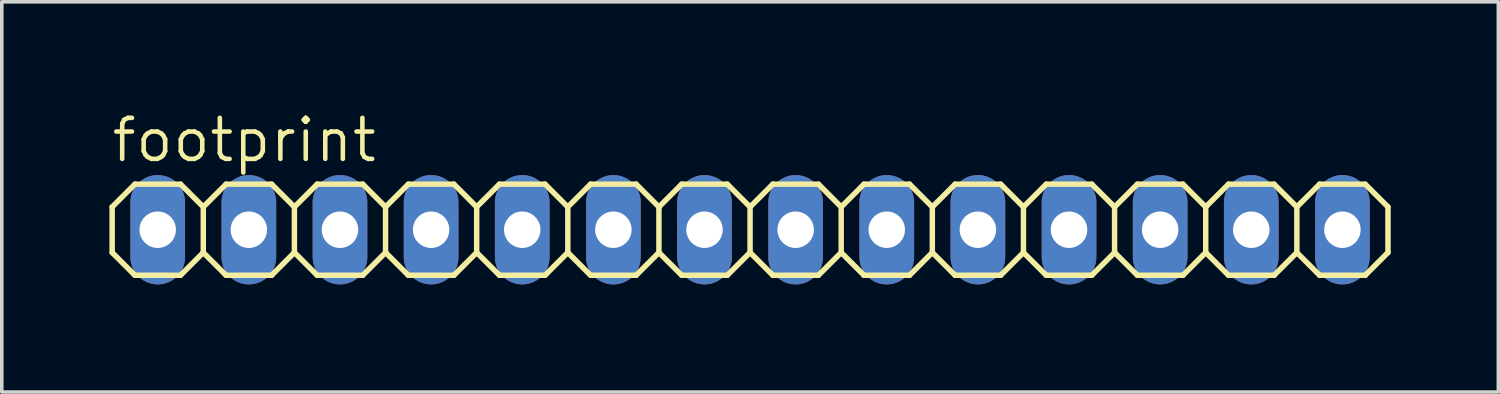
<source format=kicad_pcb>
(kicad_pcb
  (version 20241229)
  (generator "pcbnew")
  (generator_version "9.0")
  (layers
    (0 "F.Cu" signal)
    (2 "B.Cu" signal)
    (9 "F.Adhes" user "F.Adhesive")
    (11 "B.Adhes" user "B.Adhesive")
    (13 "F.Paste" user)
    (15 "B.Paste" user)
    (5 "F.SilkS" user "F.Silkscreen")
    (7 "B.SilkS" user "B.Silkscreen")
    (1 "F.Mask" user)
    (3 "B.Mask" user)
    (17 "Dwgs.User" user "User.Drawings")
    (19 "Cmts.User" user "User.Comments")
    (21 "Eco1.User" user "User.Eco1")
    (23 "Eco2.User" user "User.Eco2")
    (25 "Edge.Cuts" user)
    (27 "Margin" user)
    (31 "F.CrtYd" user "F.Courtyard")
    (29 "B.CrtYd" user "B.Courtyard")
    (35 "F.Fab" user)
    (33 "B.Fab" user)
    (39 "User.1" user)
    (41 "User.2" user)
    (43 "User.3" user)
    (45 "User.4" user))
  (footprint "footprint"
    (layer "F.Cu")
    (at 17.856 3.353)
    (property "Reference" "footprint" (at -17.856 -1.829 0) (layer "F.SilkS") (effects (font (size 1.143 1.143) (thickness 0.127)) (justify left bottom)))
    (fp_line (start -17.78 -0.635) (end -17.78 0.635) (stroke (width 0.152) (type solid)) (layer "F.SilkS"))
    (fp_line (start -17.78 0.635) (end -17.145 1.27) (stroke (width 0.152) (type solid)) (layer "F.SilkS"))
    (fp_line (start -17.145 -1.27) (end -17.78 -0.635) (stroke (width 0.152) (type solid)) (layer "F.SilkS"))
    (fp_line (start -17.145 -1.27) (end -15.875 -1.27) (stroke (width 0.152) (type solid)) (layer "F.SilkS"))
    (fp_line (start -15.875 -1.27) (end -15.24 -0.635) (stroke (width 0.152) (type solid)) (layer "F.SilkS"))
    (fp_line (start -15.875 1.27) (end -17.145 1.27) (stroke (width 0.152) (type solid)) (layer "F.SilkS"))
    (fp_line (start -15.24 -0.635) (end -15.24 0.635) (stroke (width 0.152) (type solid)) (layer "F.SilkS"))
    (fp_line (start -15.24 -0.635) (end -14.605 -1.27) (stroke (width 0.152) (type solid)) (layer "F.SilkS"))
    (fp_line (start -15.24 0.635) (end -15.875 1.27) (stroke (width 0.152) (type solid)) (layer "F.SilkS"))
    (fp_line (start -14.605 -1.27) (end -13.335 -1.27) (stroke (width 0.152) (type solid)) (layer "F.SilkS"))
    (fp_line (start -14.605 1.27) (end -15.24 0.635) (stroke (width 0.152) (type solid)) (layer "F.SilkS"))
    (fp_line (start -13.335 -1.27) (end -12.7 -0.635) (stroke (width 0.152) (type solid)) (layer "F.SilkS"))
    (fp_line (start -13.335 1.27) (end -14.605 1.27) (stroke (width 0.152) (type solid)) (layer "F.SilkS"))
    (fp_line (start -12.7 -0.635) (end -12.7 0.635) (stroke (width 0.152) (type solid)) (layer "F.SilkS"))
    (fp_line (start -12.7 -0.635) (end -12.065 -1.27) (stroke (width 0.152) (type solid)) (layer "F.SilkS"))
    (fp_line (start -12.7 0.635) (end -13.335 1.27) (stroke (width 0.152) (type solid)) (layer "F.SilkS"))
    (fp_line (start -12.065 -1.27) (end -10.795 -1.27) (stroke (width 0.152) (type solid)) (layer "F.SilkS"))
    (fp_line (start -12.065 1.27) (end -12.7 0.635) (stroke (width 0.152) (type solid)) (layer "F.SilkS"))
    (fp_line (start -10.795 -1.27) (end -10.16 -0.635) (stroke (width 0.152) (type solid)) (layer "F.SilkS"))
    (fp_line (start -10.795 1.27) (end -12.065 1.27) (stroke (width 0.152) (type solid)) (layer "F.SilkS"))
    (fp_line (start -10.16 -0.635) (end -10.16 0.635) (stroke (width 0.152) (type solid)) (layer "F.SilkS"))
    (fp_line (start -10.16 0.635) (end -10.795 1.27) (stroke (width 0.152) (type solid)) (layer "F.SilkS"))
    (fp_line (start -10.16 0.635) (end -9.525 1.27) (stroke (width 0.152) (type solid)) (layer "F.SilkS"))
    (fp_line (start -9.525 -1.27) (end -10.16 -0.635) (stroke (width 0.152) (type solid)) (layer "F.SilkS"))
    (fp_line (start -9.525 -1.27) (end -8.255 -1.27) (stroke (width 0.152) (type solid)) (layer "F.SilkS"))
    (fp_line (start -8.255 -1.27) (end -7.62 -0.635) (stroke (width 0.152) (type solid)) (layer "F.SilkS"))
    (fp_line (start -8.255 1.27) (end -9.525 1.27) (stroke (width 0.152) (type solid)) (layer "F.SilkS"))
    (fp_line (start -7.62 -0.635) (end -7.62 0.635) (stroke (width 0.152) (type solid)) (layer "F.SilkS"))
    (fp_line (start -7.62 -0.635) (end -6.985 -1.27) (stroke (width 0.152) (type solid)) (layer "F.SilkS"))
    (fp_line (start -7.62 0.635) (end -8.255 1.27) (stroke (width 0.152) (type solid)) (layer "F.SilkS"))
    (fp_line (start -6.985 -1.27) (end -5.715 -1.27) (stroke (width 0.152) (type solid)) (layer "F.SilkS"))
    (fp_line (start -6.985 1.27) (end -7.62 0.635) (stroke (width 0.152) (type solid)) (layer "F.SilkS"))
    (fp_line (start -5.715 -1.27) (end -5.08 -0.635) (stroke (width 0.152) (type solid)) (layer "F.SilkS"))
    (fp_line (start -5.715 1.27) (end -6.985 1.27) (stroke (width 0.152) (type solid)) (layer "F.SilkS"))
    (fp_line (start -5.08 -0.635) (end -5.08 0.635) (stroke (width 0.152) (type solid)) (layer "F.SilkS"))
    (fp_line (start -5.08 -0.635) (end -4.445 -1.27) (stroke (width 0.152) (type solid)) (layer "F.SilkS"))
    (fp_line (start -5.08 0.635) (end -5.715 1.27) (stroke (width 0.152) (type solid)) (layer "F.SilkS"))
    (fp_line (start -4.445 -1.27) (end -3.175 -1.27) (stroke (width 0.152) (type solid)) (layer "F.SilkS"))
    (fp_line (start -4.445 1.27) (end -5.08 0.635) (stroke (width 0.152) (type solid)) (layer "F.SilkS"))
    (fp_line (start -3.175 -1.27) (end -2.54 -0.635) (stroke (width 0.152) (type solid)) (layer "F.SilkS"))
    (fp_line (start -3.175 1.27) (end -4.445 1.27) (stroke (width 0.152) (type solid)) (layer "F.SilkS"))
    (fp_line (start -2.54 -0.635) (end -2.54 0.635) (stroke (width 0.152) (type solid)) (layer "F.SilkS"))
    (fp_line (start -2.54 0.635) (end -3.175 1.27) (stroke (width 0.152) (type solid)) (layer "F.SilkS"))
    (fp_line (start -2.54 0.635) (end -1.905 1.27) (stroke (width 0.152) (type solid)) (layer "F.SilkS"))
    (fp_line (start -1.905 -1.27) (end -2.54 -0.635) (stroke (width 0.152) (type solid)) (layer "F.SilkS"))
    (fp_line (start -1.905 -1.27) (end -0.635 -1.27) (stroke (width 0.152) (type solid)) (layer "F.SilkS"))
    (fp_line (start -0.635 -1.27) (end 0 -0.635) (stroke (width 0.152) (type solid)) (layer "F.SilkS"))
    (fp_line (start -0.635 1.27) (end -1.905 1.27) (stroke (width 0.152) (type solid)) (layer "F.SilkS"))
    (fp_line (start 0 -0.635) (end 0 0.635) (stroke (width 0.152) (type solid)) (layer "F.SilkS"))
    (fp_line (start 0 -0.635) (end 0.635 -1.27) (stroke (width 0.152) (type solid)) (layer "F.SilkS"))
    (fp_line (start 0 0.635) (end -0.635 1.27) (stroke (width 0.152) (type solid)) (layer "F.SilkS"))
    (fp_line (start 0.635 -1.27) (end 1.905 -1.27) (stroke (width 0.152) (type solid)) (layer "F.SilkS"))
    (fp_line (start 0.635 1.27) (end 0 0.635) (stroke (width 0.152) (type solid)) (layer "F.SilkS"))
    (fp_line (start 1.905 -1.27) (end 2.54 -0.635) (stroke (width 0.152) (type solid)) (layer "F.SilkS"))
    (fp_line (start 1.905 1.27) (end 0.635 1.27) (stroke (width 0.152) (type solid)) (layer "F.SilkS"))
    (fp_line (start 2.54 -0.635) (end 2.54 0.635) (stroke (width 0.152) (type solid)) (layer "F.SilkS"))
    (fp_line (start 2.54 -0.635) (end 3.175 -1.27) (stroke (width 0.152) (type solid)) (layer "F.SilkS"))
    (fp_line (start 2.54 0.635) (end 1.905 1.27) (stroke (width 0.152) (type solid)) (layer "F.SilkS"))
    (fp_line (start 3.175 -1.27) (end 4.445 -1.27) (stroke (width 0.152) (type solid)) (layer "F.SilkS"))
    (fp_line (start 3.175 1.27) (end 2.54 0.635) (stroke (width 0.152) (type solid)) (layer "F.SilkS"))
    (fp_line (start 4.445 -1.27) (end 5.08 -0.635) (stroke (width 0.152) (type solid)) (layer "F.SilkS"))
    (fp_line (start 4.445 1.27) (end 3.175 1.27) (stroke (width 0.152) (type solid)) (layer "F.SilkS"))
    (fp_line (start 5.08 -0.635) (end 5.08 0.635) (stroke (width 0.152) (type solid)) (layer "F.SilkS"))
    (fp_line (start 5.08 0.635) (end 4.445 1.27) (stroke (width 0.152) (type solid)) (layer "F.SilkS"))
    (fp_line (start 5.08 0.635) (end 5.715 1.27) (stroke (width 0.152) (type solid)) (layer "F.SilkS"))
    (fp_line (start 5.715 -1.27) (end 5.08 -0.635) (stroke (width 0.152) (type solid)) (layer "F.SilkS"))
    (fp_line (start 5.715 -1.27) (end 6.985 -1.27) (stroke (width 0.152) (type solid)) (layer "F.SilkS"))
    (fp_line (start 6.985 -1.27) (end 7.62 -0.635) (stroke (width 0.152) (type solid)) (layer "F.SilkS"))
    (fp_line (start 6.985 1.27) (end 5.715 1.27) (stroke (width 0.152) (type solid)) (layer "F.SilkS"))
    (fp_line (start 7.62 -0.635) (end 7.62 0.635) (stroke (width 0.152) (type solid)) (layer "F.SilkS"))
    (fp_line (start 7.62 -0.635) (end 8.255 -1.27) (stroke (width 0.152) (type solid)) (layer "F.SilkS"))
    (fp_line (start 7.62 0.635) (end 6.985 1.27) (stroke (width 0.152) (type solid)) (layer "F.SilkS"))
    (fp_line (start 8.255 -1.27) (end 9.525 -1.27) (stroke (width 0.152) (type solid)) (layer "F.SilkS"))
    (fp_line (start 8.255 1.27) (end 7.62 0.635) (stroke (width 0.152) (type solid)) (layer "F.SilkS"))
    (fp_line (start 9.525 -1.27) (end 10.16 -0.635) (stroke (width 0.152) (type solid)) (layer "F.SilkS"))
    (fp_line (start 9.525 1.27) (end 8.255 1.27) (stroke (width 0.152) (type solid)) (layer "F.SilkS"))
    (fp_line (start 10.16 -0.635) (end 10.16 0.635) (stroke (width 0.152) (type solid)) (layer "F.SilkS"))
    (fp_line (start 10.16 -0.635) (end 10.795 -1.27) (stroke (width 0.152) (type solid)) (layer "F.SilkS"))
    (fp_line (start 10.16 0.635) (end 9.525 1.27) (stroke (width 0.152) (type solid)) (layer "F.SilkS"))
    (fp_line (start 10.795 -1.27) (end 12.065 -1.27) (stroke (width 0.152) (type solid)) (layer "F.SilkS"))
    (fp_line (start 10.795 1.27) (end 10.16 0.635) (stroke (width 0.152) (type solid)) (layer "F.SilkS"))
    (fp_line (start 12.065 -1.27) (end 12.7 -0.635) (stroke (width 0.152) (type solid)) (layer "F.SilkS"))
    (fp_line (start 12.065 1.27) (end 10.795 1.27) (stroke (width 0.152) (type solid)) (layer "F.SilkS"))
    (fp_line (start 12.7 -0.635) (end 12.7 0.635) (stroke (width 0.152) (type solid)) (layer "F.SilkS"))
    (fp_line (start 12.7 0.635) (end 12.065 1.27) (stroke (width 0.152) (type solid)) (layer "F.SilkS"))
    (fp_line (start 12.7 0.635) (end 13.335 1.27) (stroke (width 0.152) (type solid)) (layer "F.SilkS"))
    (fp_line (start 13.335 -1.27) (end 12.7 -0.635) (stroke (width 0.152) (type solid)) (layer "F.SilkS"))
    (fp_line (start 13.335 -1.27) (end 14.605 -1.27) (stroke (width 0.152) (type solid)) (layer "F.SilkS"))
    (fp_line (start 14.605 -1.27) (end 15.24 -0.635) (stroke (width 0.152) (type solid)) (layer "F.SilkS"))
    (fp_line (start 14.605 1.27) (end 13.335 1.27) (stroke (width 0.152) (type solid)) (layer "F.SilkS"))
    (fp_line (start 15.24 -0.635) (end 15.24 0.635) (stroke (width 0.152) (type solid)) (layer "F.SilkS"))
    (fp_line (start 15.24 -0.635) (end 15.875 -1.27) (stroke (width 0.152) (type solid)) (layer "F.SilkS"))
    (fp_line (start 15.24 0.635) (end 14.605 1.27) (stroke (width 0.152) (type solid)) (layer "F.SilkS"))
    (fp_line (start 15.875 -1.27) (end 17.145 -1.27) (stroke (width 0.152) (type solid)) (layer "F.SilkS"))
    (fp_line (start 15.875 1.27) (end 15.24 0.635) (stroke (width 0.152) (type solid)) (layer "F.SilkS"))
    (fp_line (start 17.145 -1.27) (end 17.78 -0.635) (stroke (width 0.152) (type solid)) (layer "F.SilkS"))
    (fp_line (start 17.145 1.27) (end 15.875 1.27) (stroke (width 0.152) (type solid)) (layer "F.SilkS"))
    (fp_line (start 17.78 -0.635) (end 17.78 0.635) (stroke (width 0.152) (type solid)) (layer "F.SilkS"))
    (fp_line (start 17.78 0.635) (end 17.145 1.27) (stroke (width 0.152) (type solid)) (layer "F.SilkS"))
    (fp_poly (pts (xy -16.764 0.254) (xy -16.256 0.254) (xy -16.256 -0.254) (xy -16.764 -0.254)) (stroke (width 0.1) (type solid)) (fill no) (layer "F.Fab"))
    (fp_poly (pts (xy -14.224 0.254) (xy -13.716 0.254) (xy -13.716 -0.254) (xy -14.224 -0.254)) (stroke (width 0.1) (type solid)) (fill no) (layer "F.Fab"))
    (fp_poly (pts (xy -11.684 0.254) (xy -11.176 0.254) (xy -11.176 -0.254) (xy -11.684 -0.254)) (stroke (width 0.1) (type solid)) (fill no) (layer "F.Fab"))
    (fp_poly (pts (xy -9.144 0.254) (xy -8.636 0.254) (xy -8.636 -0.254) (xy -9.144 -0.254)) (stroke (width 0.1) (type solid)) (fill no) (layer "F.Fab"))
    (fp_poly (pts (xy -6.604 0.254) (xy -6.096 0.254) (xy -6.096 -0.254) (xy -6.604 -0.254)) (stroke (width 0.1) (type solid)) (fill no) (layer "F.Fab"))
    (fp_poly (pts (xy -4.064 0.254) (xy -3.556 0.254) (xy -3.556 -0.254) (xy -4.064 -0.254)) (stroke (width 0.1) (type solid)) (fill no) (layer "F.Fab"))
    (fp_poly (pts (xy -1.524 0.254) (xy -1.016 0.254) (xy -1.016 -0.254) (xy -1.524 -0.254)) (stroke (width 0.1) (type solid)) (fill no) (layer "F.Fab"))
    (fp_poly (pts (xy 1.016 0.254) (xy 1.524 0.254) (xy 1.524 -0.254) (xy 1.016 -0.254)) (stroke (width 0.1) (type solid)) (fill no) (layer "F.Fab"))
    (fp_poly (pts (xy 3.556 0.254) (xy 4.064 0.254) (xy 4.064 -0.254) (xy 3.556 -0.254)) (stroke (width 0.1) (type solid)) (fill no) (layer "F.Fab"))
    (fp_poly (pts (xy 6.096 0.254) (xy 6.604 0.254) (xy 6.604 -0.254) (xy 6.096 -0.254)) (stroke (width 0.1) (type solid)) (fill no) (layer "F.Fab"))
    (fp_poly (pts (xy 8.636 0.254) (xy 9.144 0.254) (xy 9.144 -0.254) (xy 8.636 -0.254)) (stroke (width 0.1) (type solid)) (fill no) (layer "F.Fab"))
    (fp_poly (pts (xy 11.176 0.254) (xy 11.684 0.254) (xy 11.684 -0.254) (xy 11.176 -0.254)) (stroke (width 0.1) (type solid)) (fill no) (layer "F.Fab"))
    (fp_poly (pts (xy 13.716 0.254) (xy 14.224 0.254) (xy 14.224 -0.254) (xy 13.716 -0.254)) (stroke (width 0.1) (type solid)) (fill no) (layer "F.Fab"))
    (fp_poly (pts (xy 16.256 0.254) (xy 16.764 0.254) (xy 16.764 -0.254) (xy 16.256 -0.254)) (stroke (width 0.1) (type solid)) (fill no) (layer "F.Fab"))
    (pad "1" thru_hole oval (at -16.51 0 90) (size 3.048 1.524) (drill 1.016) (layers "*.Cu" "*.Mask"))
    (pad "2" thru_hole oval (at -13.97 0 90) (size 3.048 1.524) (drill 1.016) (layers "*.Cu" "*.Mask"))
    (pad "3" thru_hole oval (at -11.43 0 90) (size 3.048 1.524) (drill 1.016) (layers "*.Cu" "*.Mask"))
    (pad "4" thru_hole oval (at -8.89 0 90) (size 3.048 1.524) (drill 1.016) (layers "*.Cu" "*.Mask"))
    (pad "5" thru_hole oval (at -6.35 0 90) (size 3.048 1.524) (drill 1.016) (layers "*.Cu" "*.Mask"))
    (pad "6" thru_hole oval (at -3.81 0 90) (size 3.048 1.524) (drill 1.016) (layers "*.Cu" "*.Mask"))
    (pad "7" thru_hole oval (at -1.27 0 90) (size 3.048 1.524) (drill 1.016) (layers "*.Cu" "*.Mask"))
    (pad "8" thru_hole oval (at 1.27 0 90) (size 3.048 1.524) (drill 1.016) (layers "*.Cu" "*.Mask"))
    (pad "9" thru_hole oval (at 3.81 0 90) (size 3.048 1.524) (drill 1.016) (layers "*.Cu" "*.Mask"))
    (pad "10" thru_hole oval (at 6.35 0 90) (size 3.048 1.524) (drill 1.016) (layers "*.Cu" "*.Mask"))
    (pad "11" thru_hole oval (at 8.89 0 90) (size 3.048 1.524) (drill 1.016) (layers "*.Cu" "*.Mask"))
    (pad "12" thru_hole oval (at 11.43 0 90) (size 3.048 1.524) (drill 1.016) (layers "*.Cu" "*.Mask"))
    (pad "13" thru_hole oval (at 13.97 0 90) (size 3.048 1.524) (drill 1.016) (layers "*.Cu" "*.Mask"))
    (pad "14" thru_hole oval (at 16.51 0 90) (size 3.048 1.524) (drill 1.016) (layers "*.Cu" "*.Mask")))
  (gr_rect
    (start -3 -3)
    (end 38.712 7.877)
    (stroke (width 0.1) (type default))
    (fill no)
    (layer "Edge.Cuts")))
</source>
